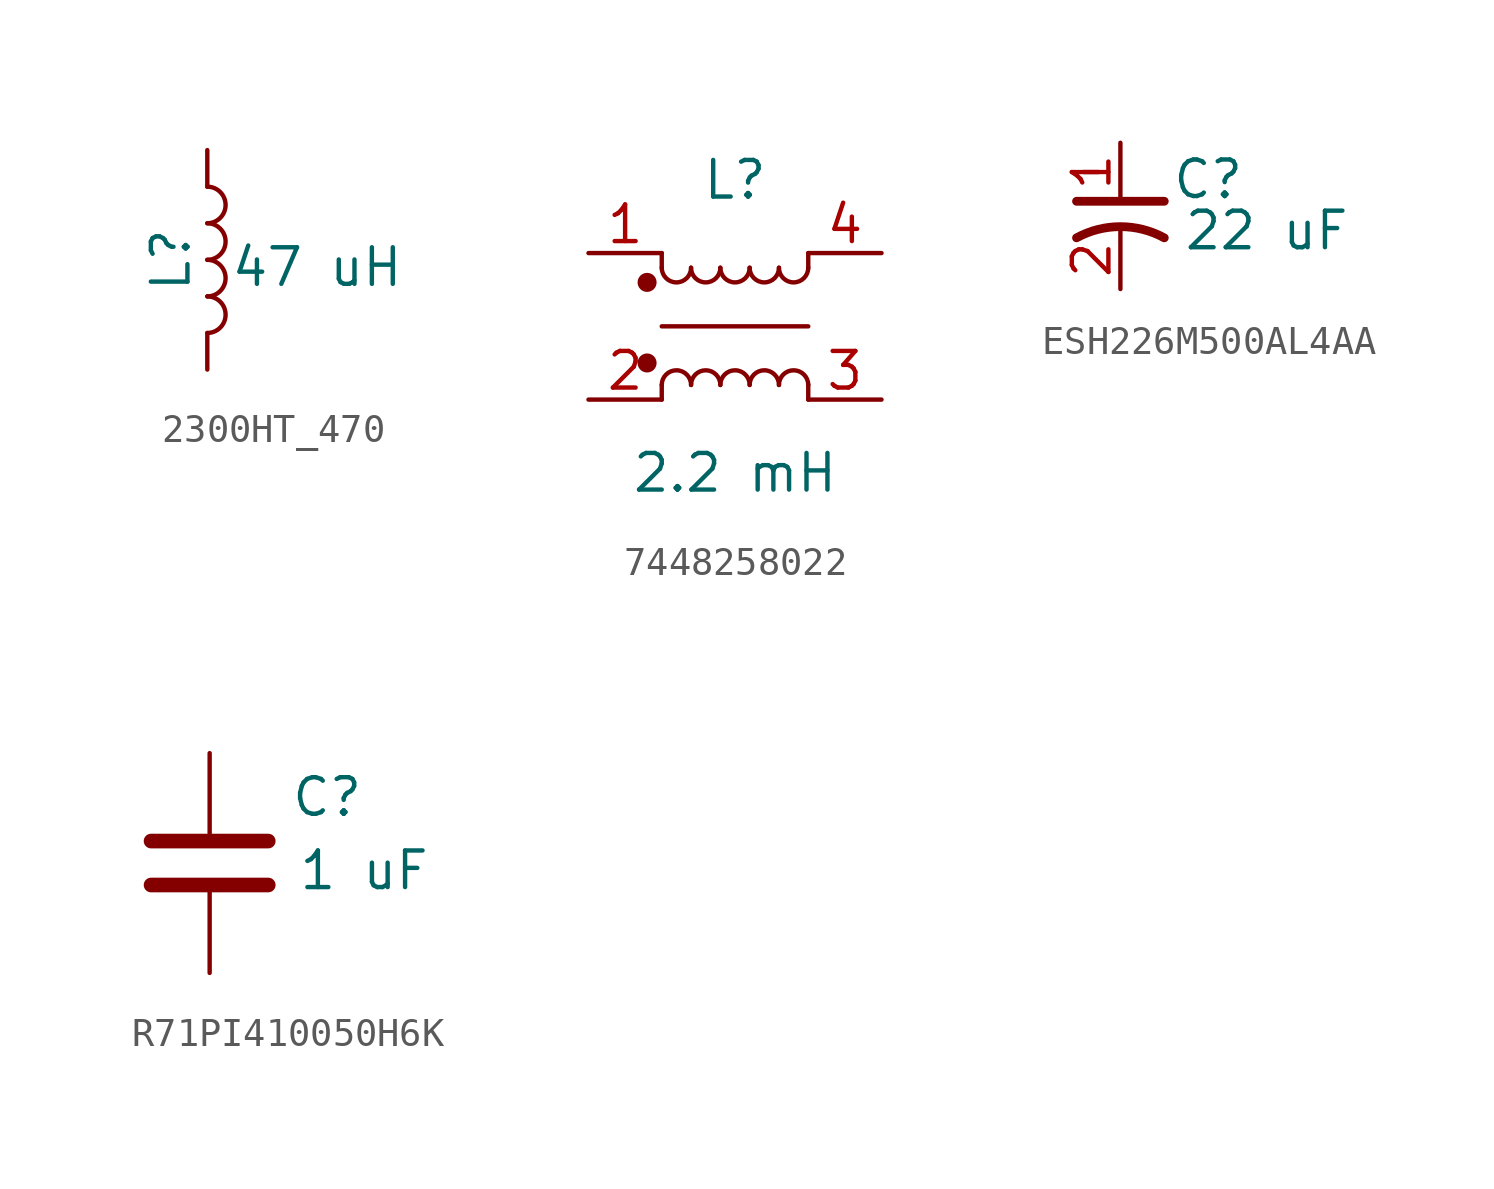
<source format=kicad_sym>
(kicad_symbol_lib
  (version 20241209)
  (generator "kicad_symbol_editor")
  (generator_version "9.0")
  (symbol "2300HT_470"
    (pin_numbers
      (hide yes))
    (pin_names
      (offset 1.016)
      (hide yes))
    (property "Reference" "L"
      (at -1.27 0 90)
      (effects (font (size 1.27 1.27))))
    (property "Value" "47 uH"
      (at 3.81 -0.254 0)
      (effects (font (size 1.27 1.27))))
    (symbol "2300HT_470_0_1"
      (arc (start 0 2.54) (mid 0.6323 1.905) (end 0 1.27) (stroke (width 0) (type default)) (fill (type none)))
      (arc (start 0 1.27) (mid 0.6323 0.635) (end 0 0) (stroke (width 0) (type default)) (fill (type none)))
      (arc (start 0 0) (mid 0.6323 -0.635) (end 0 -1.27) (stroke (width 0) (type default)) (fill (type none)))
      (arc (start 0 -1.27) (mid 0.6323 -1.905) (end 0 -2.54) (stroke (width 0) (type default)) (fill (type none))))
    (symbol "2300HT_470_1_1"
      (pin passive line (at 0 3.81 270) (length 1.27) (name "1" (effects (font (size 1.27 1.27)))) (number "1" (effects (font (size 1.27 1.27)))))
      (pin passive line (at 0 -3.81 90) (length 1.27) (name "2" (effects (font (size 1.27 1.27)))) (number "2" (effects (font (size 1.27 1.27)))))))
  (symbol "7448258022"
    (pin_names
      (hide yes))
    (property "Reference" "L"
      (at 0 5.08 0)
      (effects (font (size 1.27 1.27))))
    (property "Value" "2.2 mH"
      (at 0 -5.08 0)
      (effects (font (size 1.27 1.27))))
    (symbol "7448258022_1_1"
      (circle (center -3.048 1.524) (radius 0.254) (stroke (width 0) (type default)) (fill (type outline)))
      (circle (center -3.048 -1.27) (radius 0.254) (stroke (width 0) (type default)) (fill (type outline)))
      (polyline (pts (xy -2.54 2.032) (xy -2.54 2.54)) (stroke (width 0) (type default)) (fill (type none)))
      (polyline (pts (xy -2.54 0) (xy 2.54 0)) (stroke (width 0) (type default)) (fill (type none)))
      (polyline (pts (xy -2.54 -2.032) (xy -2.54 -2.54)) (stroke (width 0) (type default)) (fill (type none)))
      (arc (start -1.524 2.032) (mid -2.032 1.5262) (end -2.54 2.032) (stroke (width 0) (type default)) (fill (type none)))
      (arc (start -2.54 -2.032) (mid -2.032 -1.5262) (end -1.524 -2.032) (stroke (width 0) (type default)) (fill (type none)))
      (arc (start -0.508 2.032) (mid -1.016 1.5262) (end -1.524 2.032) (stroke (width 0) (type default)) (fill (type none)))
      (arc (start -1.524 -2.032) (mid -1.016 -1.5262) (end -0.508 -2.032) (stroke (width 0) (type default)) (fill (type none)))
      (arc (start 0.508 2.032) (mid 0 1.5262) (end -0.508 2.032) (stroke (width 0) (type default)) (fill (type none)))
      (arc (start -0.508 -2.032) (mid 0 -1.5262) (end 0.508 -2.032) (stroke (width 0) (type default)) (fill (type none)))
      (arc (start 1.524 2.032) (mid 1.016 1.5262) (end 0.508 2.032) (stroke (width 0) (type default)) (fill (type none)))
      (arc (start 0.508 -2.032) (mid 1.016 -1.5262) (end 1.524 -2.032) (stroke (width 0) (type default)) (fill (type none)))
      (arc (start 2.54 2.032) (mid 2.032 1.5262) (end 1.524 2.032) (stroke (width 0) (type default)) (fill (type none)))
      (arc (start 1.524 -2.032) (mid 2.032 -1.5262) (end 2.54 -2.032) (stroke (width 0) (type default)) (fill (type none)))
      (polyline (pts (xy 2.54 2.54) (xy 2.54 2.032)) (stroke (width 0) (type default)) (fill (type none)))
      (polyline (pts (xy 2.54 -2.032) (xy 2.54 -2.54)) (stroke (width 0) (type default)) (fill (type none)))
      (pin passive line (at -5.08 2.54 0) (length 2.54) (name "1" (effects (font (size 1.27 1.27)))) (number "1" (effects (font (size 1.27 1.27)))))
      (pin passive line (at -5.08 -2.54 0) (length 2.54) (name "2" (effects (font (size 1.27 1.27)))) (number "2" (effects (font (size 1.27 1.27)))))
      (pin passive line (at 5.08 2.54 180) (length 2.54) (name "4" (effects (font (size 1.27 1.27)))) (number "4" (effects (font (size 1.27 1.27)))))
      (pin passive line (at 5.08 -2.54 180) (length 2.54) (name "3" (effects (font (size 1.27 1.27)))) (number "3" (effects (font (size 1.27 1.27)))))))
  (symbol "ESH226M500AL4AA"
    (property "Reference" "C"
      (at 5.588 -1.27 0)
      (effects (font (size 1.27 1.27))))
    (property "Value" "22 uF"
      (at 7.62 -3.048 0)
      (effects (font (size 1.27 1.27))))
    (symbol "ESH226M500AL4AA_0_1"
      (polyline (pts (xy 1.016 -2.032) (xy 4.064 -2.032)) (stroke (width 0.305) (type default)) (fill (type none)))
      (polyline (pts (xy 1.27 -1.016) (xy 1.778 -1.016)) (stroke (width 0) (type default)) (fill (type none)))
      (arc (start 1.016 -3.302) (mid 2.54 -2.9134) (end 4.064 -3.302) (stroke (width 0.3048) (type default)) (fill (type none))))
    (symbol "ESH226M500AL4AA_1_1"
      (pin passive line (at 2.54 0 270) (length 2.032) (name "~" (effects (font (size 1.27 1.27)))) (number "1" (effects (font (size 1.27 1.27)))))
      (pin passive line (at 2.54 -5.08 90) (length 2.032) (name "~" (effects (font (size 1.27 1.27)))) (number "2" (effects (font (size 1.27 1.27)))))))
  (symbol "R71PI410050H6K"
    (pin_numbers
      (hide yes))
    (pin_names
      (offset 0.254))
    (property "Reference" "C"
      (at 2.794 2.286 0)
      (effects (font (size 1.27 1.27)) (justify left)))
    (property "Value" "1 uF"
      (at 3.048 -0.254 0)
      (effects (font (size 1.27 1.27)) (justify left)))
    (symbol "R71PI410050H6K_0_1"
      (polyline (pts (xy -2.032 0.762) (xy 2.032 0.762)) (stroke (width 0.508) (type default)) (fill (type none)))
      (polyline (pts (xy -2.032 -0.762) (xy 2.032 -0.762)) (stroke (width 0.508) (type default)) (fill (type none))))
    (symbol "R71PI410050H6K_1_1"
      (pin passive line (at 0 3.81 270) (length 2.794) (name "~" (effects (font (size 1.27 1.27)))) (number "1" (effects (font (size 1.27 1.27)))))
      (pin passive line (at 0 -3.81 90) (length 2.794) (name "~" (effects (font (size 1.27 1.27)))) (number "2" (effects (font (size 1.27 1.27))))))))
</source>
